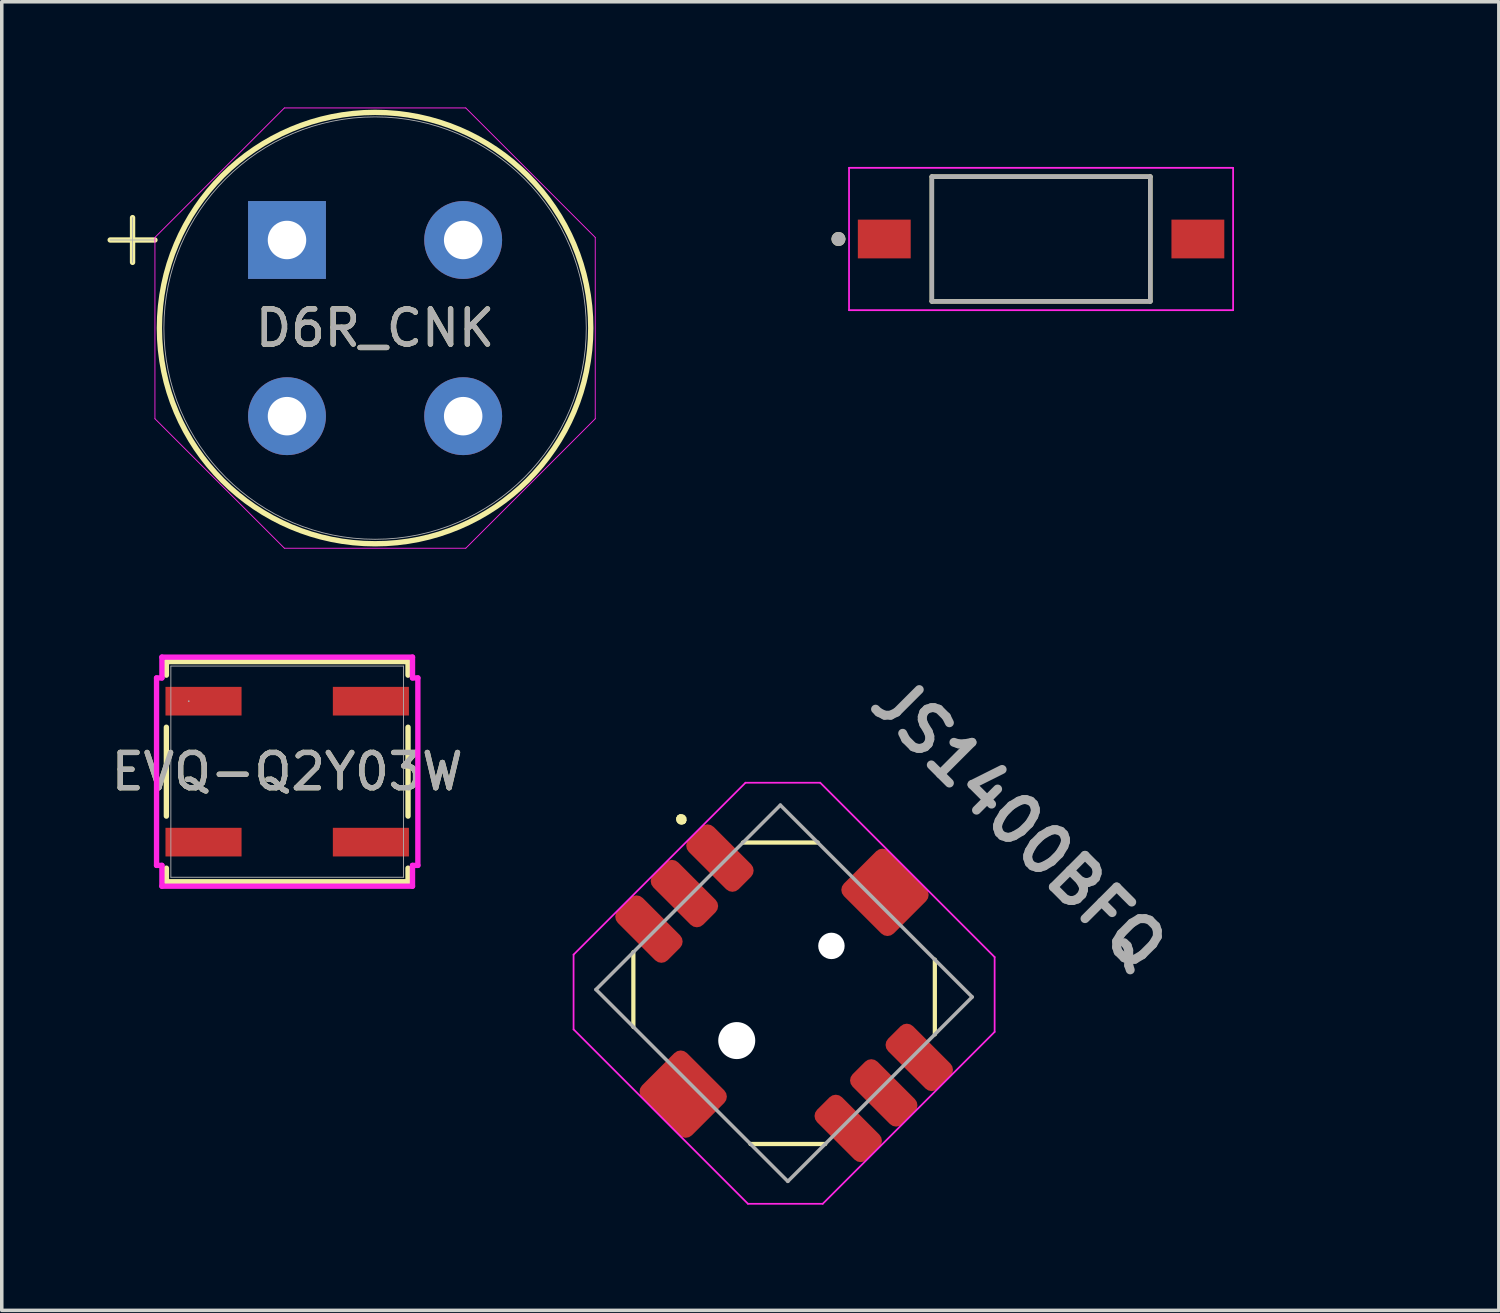
<source format=kicad_pcb>
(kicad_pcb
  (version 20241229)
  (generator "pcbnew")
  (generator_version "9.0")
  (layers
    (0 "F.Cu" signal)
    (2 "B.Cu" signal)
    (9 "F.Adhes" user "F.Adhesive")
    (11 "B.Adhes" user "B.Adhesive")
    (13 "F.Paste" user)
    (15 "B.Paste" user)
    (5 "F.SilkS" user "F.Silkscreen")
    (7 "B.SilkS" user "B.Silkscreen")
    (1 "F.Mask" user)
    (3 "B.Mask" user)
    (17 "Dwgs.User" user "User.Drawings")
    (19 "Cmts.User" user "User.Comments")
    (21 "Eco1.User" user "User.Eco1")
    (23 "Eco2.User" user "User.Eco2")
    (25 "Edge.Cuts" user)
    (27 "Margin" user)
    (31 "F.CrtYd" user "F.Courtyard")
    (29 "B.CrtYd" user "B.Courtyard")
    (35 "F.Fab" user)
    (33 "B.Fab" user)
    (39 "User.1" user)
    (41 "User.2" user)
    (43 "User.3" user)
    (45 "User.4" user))
  (footprint "JS1400BFQ"
    (layer "F.Cu")
    (at 19.201 25.137)
    (property "Reference" "JS1400BFQ" (at 0.002 0.002 315) (layer "User.2") (effects (font (size 1 1) (thickness 0.25) (bold yes))))
    (attr through_hole)
    (fp_line (start -4.276 0.956) (end -4.276 -1.165) (stroke (width 0.12) (type default)) (layer "F.SilkS"))
    (fp_line (start -2.947 -4.969) (end -2.947 -4.969) (stroke (width 0.2) (type solid)) (layer "F.SilkS"))
    (fp_line (start -2.947 -4.969) (end -2.947 -4.969) (stroke (width 0.2) (type solid)) (layer "F.SilkS"))
    (fp_line (start -2.876 -4.899) (end -2.876 -4.899) (stroke (width 0.2) (type solid)) (layer "F.SilkS"))
    (fp_line (start -1.165 -4.276) (end 0.956 -4.276) (stroke (width 0.12) (type default)) (layer "F.SilkS"))
    (fp_line (start -0.953 4.28) (end 1.168 4.28) (stroke (width 0.12) (type default)) (layer "F.SilkS"))
    (fp_line (start 4.28 -0.953) (end 4.28 1.168) (stroke (width 0.12) (type default)) (layer "F.SilkS"))
    (fp_arc (start -2.94697 -4.969295) (mid -2.876258 -4.969296) (end -2.876259 -4.898584) (stroke (width 0.2) (type solid)) (layer "F.SilkS"))
    (fp_arc (start -2.876259 -4.898584) (mid -2.94697 -4.898584) (end -2.94697 -4.969295) (stroke (width 0.2) (type solid)) (layer "F.SilkS"))
    (fp_arc (start -2.876259 -4.898584) (mid -2.94697 -4.898584) (end -2.94697 -4.969295) (stroke (width 0.2) (type solid)) (layer "F.SilkS"))
    (fp_line (start -5.973 -1.094) (end -5.973 1.027) (stroke (width 0.05) (type default)) (layer "F.CrtYd"))
    (fp_line (start -5.973 1.027) (end -1.024 5.977) (stroke (width 0.05) (type default)) (layer "F.CrtYd"))
    (fp_line (start -1.094 -5.973) (end -5.973 -1.094) (stroke (width 0.05) (type default)) (layer "F.CrtYd"))
    (fp_line (start -1.094 -5.973) (end 1.027 -5.973) (stroke (width 0.05) (type default)) (layer "F.CrtYd"))
    (fp_line (start 1.027 -5.973) (end 5.977 -1.024) (stroke (width 0.05) (type default)) (layer "F.CrtYd"))
    (fp_line (start 1.098 5.977) (end -1.024 5.977) (stroke (width 0.05) (type default)) (layer "F.CrtYd"))
    (fp_line (start 5.977 1.098) (end 1.098 5.977) (stroke (width 0.05) (type default)) (layer "F.CrtYd"))
    (fp_line (start 5.977 1.098) (end 5.977 -1.024) (stroke (width 0.05) (type default)) (layer "F.CrtYd"))
    (fp_line (start -5.337 -0.104) (end 0.108 5.34) (stroke (width 0.1) (type solid)) (layer "F.Fab"))
    (fp_line (start -0.104 -5.337) (end -5.337 -0.104) (stroke (width 0.1) (type solid)) (layer "F.Fab"))
    (fp_line (start 0.108 5.34) (end 5.34 0.108) (stroke (width 0.1) (type solid)) (layer "F.Fab"))
    (fp_line (start 5.34 0.108) (end -0.104 -5.337) (stroke (width 0.1) (type solid)) (layer "F.Fab"))
    (fp_text user "${REFERENCE}" (at 6.66 -4.81 315) (layer "F.Fab") (effects (font (size 1.27 1.27) (thickness 0.254))))
    (pad "" np_thru_hole circle (at -1.342 1.345 315) (size 1.05 1.05) (drill 1.05) (layers "*.Cu" "*.Mask"))
    (pad "" np_thru_hole circle (at 1.345 -1.342 315) (size 0.75 0.75) (drill 0.75) (layers "*.Cu" "*.Mask"))
    (pad "1" smd roundrect (at -1.819 -3.834 45) (size 1 2) (layers "F.Cu" "F.Mask" "F.Paste") (roundrect_rratio 0.25))
    (pad "2" smd roundrect (at -2.827 -2.827 45) (size 1 2) (layers "F.Cu" "F.Mask" "F.Paste") (roundrect_rratio 0.25))
    (pad "3" smd roundrect (at -3.834 -1.819 45) (size 1 2) (layers "F.Cu" "F.Mask" "F.Paste") (roundrect_rratio 0.25))
    (pad "4" smd roundrect (at 3.838 1.822 45) (size 1 2) (layers "F.Cu" "F.Mask" "F.Paste") (roundrect_rratio 0.25))
    (pad "5" smd roundrect (at 2.83 2.83 45) (size 1 2) (layers "F.Cu" "F.Mask" "F.Paste") (roundrect_rratio 0.25))
    (pad "6" smd roundrect (at 1.822 3.838 45) (size 1 2) (layers "F.Cu" "F.Mask" "F.Paste") (roundrect_rratio 0.25))
    (pad "SH" smd roundrect (at -2.862 2.865 45) (size 1.8 2) (layers "F.Cu" "F.Mask" "F.Paste") (roundrect_rratio 0.139))
    (pad "SH" smd roundrect (at 2.865 -2.862 45) (size 1.8 2) (layers "F.Cu" "F.Mask" "F.Paste") (roundrect_rratio 0.139)))
  (footprint "D6R_CNK"
    (layer "F.Cu")
    (at 5.095 3.761)
    (property "Reference" "D6R_CNK" (at 2.5 2.5 0) (unlocked yes) (layer "F.SilkS") (effects (font (size 1 1) (thickness 0.15))))
    (attr through_hole)
    (fp_line (start -5.018 0) (end -3.748 0) (stroke (width 0.152) (type solid)) (layer "F.SilkS"))
    (fp_line (start -4.383 -0.635) (end -4.383 0.635) (stroke (width 0.152) (type solid)) (layer "F.SilkS"))
    (fp_circle (center 2.5 2.5) (end 8.621 2.5) (stroke (width 0.152) (type solid)) (fill no) (layer "F.SilkS"))
    (fp_line (start -3.748 -0.073) (end -0.073 -3.748) (stroke (width 0.025) (type solid)) (layer "F.CrtYd"))
    (fp_line (start -3.748 5.073) (end -3.748 -0.073) (stroke (width 0.025) (type solid)) (layer "F.CrtYd"))
    (fp_line (start -0.073 -3.748) (end 5.073 -3.748) (stroke (width 0.025) (type solid)) (layer "F.CrtYd"))
    (fp_line (start -0.073 8.748) (end -3.748 5.073) (stroke (width 0.025) (type solid)) (layer "F.CrtYd"))
    (fp_line (start 5.073 -3.748) (end 8.748 -0.073) (stroke (width 0.025) (type solid)) (layer "F.CrtYd"))
    (fp_line (start 5.073 8.748) (end -0.073 8.748) (stroke (width 0.025) (type solid)) (layer "F.CrtYd"))
    (fp_line (start 8.748 -0.073) (end 8.748 5.073) (stroke (width 0.025) (type solid)) (layer "F.CrtYd"))
    (fp_line (start 8.748 5.073) (end 5.073 8.748) (stroke (width 0.025) (type solid)) (layer "F.CrtYd"))
    (fp_line (start -5.018 0) (end -3.748 0) (stroke (width 0.025) (type solid)) (layer "F.Fab"))
    (fp_line (start -4.383 -0.635) (end -4.383 0.635) (stroke (width 0.025) (type solid)) (layer "F.Fab"))
    (fp_circle (center 2.5 2.5) (end 8.494 2.5) (stroke (width 0.025) (type solid)) (fill no) (layer "F.Fab"))
    (fp_text user "${REFERENCE}" (at 2.5 2.5 0) (unlocked yes) (layer "F.Fab") (effects (font (size 1 1) (thickness 0.15))))
    (pad "1" thru_hole rect (at 0 0) (size 2.21 2.21) (drill 1.092) (layers "*.Cu" "*.Mask"))
    (pad "2" thru_hole circle (at 0 5) (size 2.21 2.21) (drill 1.092) (layers "*.Cu" "*.Mask"))
    (pad "3" thru_hole circle (at 5 5) (size 2.21 2.21) (drill 1.092) (layers "*.Cu" "*.Mask"))
    (pad "4" thru_hole circle (at 5 0) (size 2.21 2.21) (drill 1.092) (layers "*.Cu" "*.Mask")))
  (footprint "DS04-254-2-01BK-SMT"
    (layer "F.Cu")
    (at 26.496 3.733)
    (property "Reference" "DS04-254-2-01BK-SMT" (at 0.175 -2.885 0) (layer "User.2") (effects (font (size 1 1) (thickness 0.15))))
    (attr smd)
    (fp_line (start -3.1 -1.77) (end 3.1 -1.77) (stroke (width 0.127) (type solid)) (layer "F.SilkS"))
    (fp_line (start -3.1 1.77) (end -3.1 -1.77) (stroke (width 0.127) (type solid)) (layer "F.SilkS"))
    (fp_line (start 3.1 -1.77) (end 3.1 1.77) (stroke (width 0.127) (type solid)) (layer "F.SilkS"))
    (fp_line (start 3.1 1.77) (end -3.1 1.77) (stroke (width 0.127) (type solid)) (layer "F.SilkS"))
    (fp_circle (center -5.75 0) (end -5.65 0) (stroke (width 0.2) (type solid)) (fill no) (layer "F.SilkS"))
    (fp_line (start -5.45 -2.02) (end -5.45 2.02) (stroke (width 0.05) (type solid)) (layer "F.CrtYd"))
    (fp_line (start -5.45 2.02) (end 5.45 2.02) (stroke (width 0.05) (type solid)) (layer "F.CrtYd"))
    (fp_line (start 5.45 -2.02) (end -5.45 -2.02) (stroke (width 0.05) (type solid)) (layer "F.CrtYd"))
    (fp_line (start 5.45 2.02) (end 5.45 -2.02) (stroke (width 0.05) (type solid)) (layer "F.CrtYd"))
    (fp_line (start -3.1 -1.77) (end 3.1 -1.77) (stroke (width 0.127) (type solid)) (layer "F.Fab"))
    (fp_line (start -3.1 1.77) (end -3.1 -1.77) (stroke (width 0.127) (type solid)) (layer "F.Fab"))
    (fp_line (start 3.1 -1.77) (end 3.1 1.77) (stroke (width 0.127) (type solid)) (layer "F.Fab"))
    (fp_line (start 3.1 1.77) (end -3.1 1.77) (stroke (width 0.127) (type solid)) (layer "F.Fab"))
    (fp_circle (center -5.75 0) (end -5.65 0) (stroke (width 0.2) (type solid)) (fill no) (layer "F.Fab"))
    (pad "1" smd rect (at -4.45 0) (size 1.5 1.1) (layers "F.Cu" "F.Mask" "F.Paste"))
    (pad "2" smd rect (at 4.45 0 180) (size 1.5 1.1) (layers "F.Cu" "F.Mask" "F.Paste")))
  (footprint "EVQ-Q2Y03W"
    (layer "F.Cu")
    (at 5.101 18.85)
    (property "Reference" "EVQ-Q2Y03W" (at 0 0 0) (unlocked yes) (layer "F.SilkS") (effects (font (size 1 1) (thickness 0.15))))
    (attr smd)
    (fp_line (start -3.429 -3.124) (end -3.429 -2.739) (stroke (width 0.152) (type solid)) (layer "F.SilkS"))
    (fp_line (start -3.429 -1.261) (end -3.429 1.261) (stroke (width 0.152) (type solid)) (layer "F.SilkS"))
    (fp_line (start -3.429 2.739) (end -3.429 3.124) (stroke (width 0.152) (type solid)) (layer "F.SilkS"))
    (fp_line (start -3.429 3.124) (end 3.429 3.124) (stroke (width 0.152) (type solid)) (layer "F.SilkS"))
    (fp_line (start 3.429 -3.124) (end -3.429 -3.124) (stroke (width 0.152) (type solid)) (layer "F.SilkS"))
    (fp_line (start 3.429 -2.739) (end 3.429 -3.124) (stroke (width 0.152) (type solid)) (layer "F.SilkS"))
    (fp_line (start 3.429 1.261) (end 3.429 -1.261) (stroke (width 0.152) (type solid)) (layer "F.SilkS"))
    (fp_line (start 3.429 3.124) (end 3.429 2.739) (stroke (width 0.152) (type solid)) (layer "F.SilkS"))
    (fp_line (start -3.708 -2.66) (end -3.556 -2.66) (stroke (width 0.152) (type solid)) (layer "F.CrtYd"))
    (fp_line (start -3.708 2.66) (end -3.708 -2.66) (stroke (width 0.152) (type solid)) (layer "F.CrtYd"))
    (fp_line (start -3.556 -3.251) (end 3.556 -3.251) (stroke (width 0.152) (type solid)) (layer "F.CrtYd"))
    (fp_line (start -3.556 -2.66) (end -3.556 -3.251) (stroke (width 0.152) (type solid)) (layer "F.CrtYd"))
    (fp_line (start -3.556 2.66) (end -3.708 2.66) (stroke (width 0.152) (type solid)) (layer "F.CrtYd"))
    (fp_line (start -3.556 3.251) (end -3.556 2.66) (stroke (width 0.152) (type solid)) (layer "F.CrtYd"))
    (fp_line (start 3.556 -3.251) (end 3.556 -2.66) (stroke (width 0.152) (type solid)) (layer "F.CrtYd"))
    (fp_line (start 3.556 -2.66) (end 3.708 -2.66) (stroke (width 0.152) (type solid)) (layer "F.CrtYd"))
    (fp_line (start 3.556 2.66) (end 3.556 3.251) (stroke (width 0.152) (type solid)) (layer "F.CrtYd"))
    (fp_line (start 3.556 3.251) (end -3.556 3.251) (stroke (width 0.152) (type solid)) (layer "F.CrtYd"))
    (fp_line (start 3.708 -2.66) (end 3.708 2.66) (stroke (width 0.152) (type solid)) (layer "F.CrtYd"))
    (fp_line (start 3.708 2.66) (end 3.556 2.66) (stroke (width 0.152) (type solid)) (layer "F.CrtYd"))
    (fp_line (start -3.302 -2.997) (end -3.302 2.997) (stroke (width 0.025) (type solid)) (layer "F.Fab"))
    (fp_line (start -3.302 2.997) (end 3.302 2.997) (stroke (width 0.025) (type solid)) (layer "F.Fab"))
    (fp_line (start 3.302 -2.997) (end -3.302 -2.997) (stroke (width 0.025) (type solid)) (layer "F.Fab"))
    (fp_line (start 3.302 2.997) (end 3.302 -2.997) (stroke (width 0.025) (type solid)) (layer "F.Fab"))
    (fp_circle (center -2.794 -2) (end -2.794 -2) (stroke (width 0.025) (type solid)) (fill no) (layer "F.Fab"))
    (fp_text user "${REFERENCE}" (at 0 0 0) (unlocked yes) (layer "F.Fab") (effects (font (size 1 1) (thickness 0.15))))
    (pad "1" smd rect (at -2.375 -2 90) (size 0.813 2.159) (layers "F.Cu" "F.Mask" "F.Paste"))
    (pad "2" smd rect (at 2.375 -2 90) (size 0.813 2.159) (layers "F.Cu" "F.Mask" "F.Paste"))
    (pad "3" smd rect (at -2.375 2 90) (size 0.813 2.159) (layers "F.Cu" "F.Mask" "F.Paste"))
    (pad "4" smd rect (at 2.375 2 90) (size 0.813 2.159) (layers "F.Cu" "F.Mask" "F.Paste")))
  (gr_rect
    (start -3 -3)
    (end 39.487 34.139)
    (stroke (width 0.1) (type default))
    (fill no)
    (layer "Edge.Cuts")))
</source>
